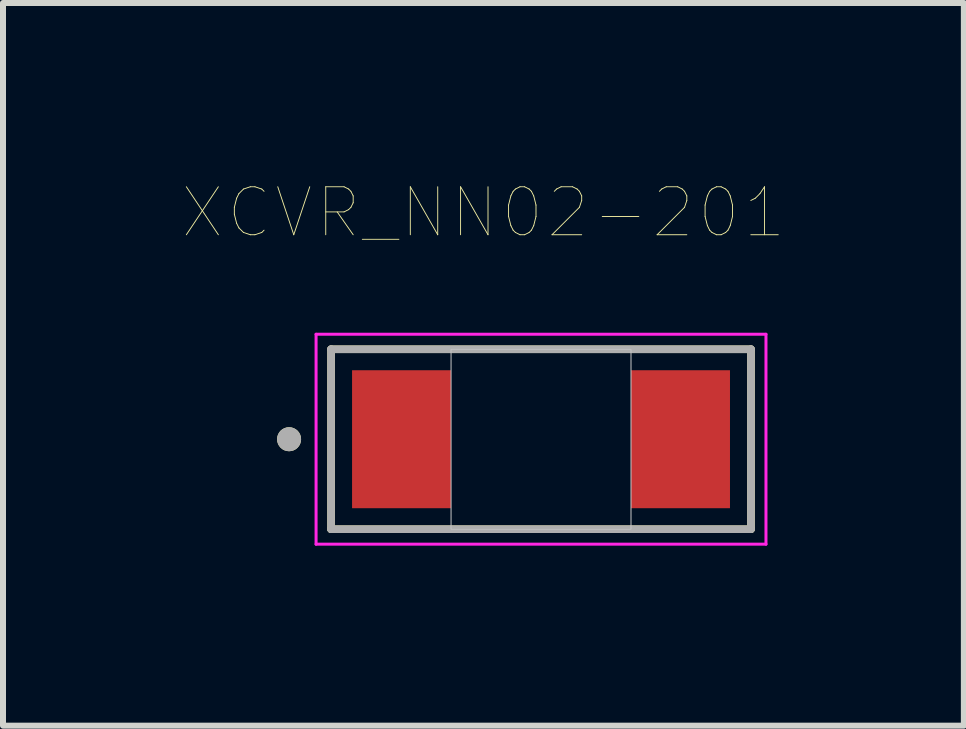
<source format=kicad_pcb>
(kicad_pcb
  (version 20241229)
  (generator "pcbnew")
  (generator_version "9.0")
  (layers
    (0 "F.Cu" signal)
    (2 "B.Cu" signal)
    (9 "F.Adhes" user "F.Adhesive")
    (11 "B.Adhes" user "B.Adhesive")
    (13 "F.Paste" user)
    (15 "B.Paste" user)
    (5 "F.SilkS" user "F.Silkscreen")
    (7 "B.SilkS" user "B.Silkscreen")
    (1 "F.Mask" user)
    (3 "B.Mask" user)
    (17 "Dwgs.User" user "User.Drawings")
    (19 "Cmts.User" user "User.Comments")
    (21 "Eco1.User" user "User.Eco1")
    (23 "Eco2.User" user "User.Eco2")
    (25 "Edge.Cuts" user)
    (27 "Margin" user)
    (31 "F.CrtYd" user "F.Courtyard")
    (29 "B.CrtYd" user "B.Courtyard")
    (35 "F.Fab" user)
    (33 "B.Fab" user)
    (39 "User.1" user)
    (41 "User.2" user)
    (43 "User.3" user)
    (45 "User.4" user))
  (footprint "XCVR_NN02-201"
    (layer "F.Cu")
    (at 5.969 4.272)
    (property "Reference" "XCVR_NN02-201" (at -0.96 -3.778 0) (layer "F.SilkS") (effects (font (size 0.8 0.8) (thickness 0.015))))
    (attr through_hole)
    (fp_line (start -3.5 -1.5) (end -3.5 1.5) (stroke (width 0.127) (type solid)) (layer "F.SilkS"))
    (fp_line (start -3.5 -1.5) (end 3.5 -1.5) (stroke (width 0.127) (type solid)) (layer "F.SilkS"))
    (fp_line (start 3.5 -1.5) (end 3.5 1.5) (stroke (width 0.127) (type solid)) (layer "F.SilkS"))
    (fp_line (start 3.5 1.5) (end -3.5 1.5) (stroke (width 0.127) (type solid)) (layer "F.SilkS"))
    (fp_circle (center -4.2 0) (end -4.1 0) (stroke (width 0.2) (type solid)) (fill no) (layer "F.SilkS"))
    (fp_poly (pts (xy 1.5 1.5) (xy -1.5 1.5) (xy -1.5 -1.5) (xy 1.5 -1.5)) (stroke (width 0.01) (type solid)) (fill no) (layer "Dwgs.User"))
    (fp_poly (pts (xy 1.5 1.5) (xy -1.5 1.5) (xy -1.5 -1.5) (xy 1.5 -1.5)) (stroke (width 0.01) (type solid)) (fill no) (layer "Dwgs.User"))
    (fp_line (start -3.75 -1.75) (end 3.75 -1.75) (stroke (width 0.05) (type solid)) (layer "F.CrtYd"))
    (fp_line (start -3.75 1.75) (end -3.75 -1.75) (stroke (width 0.05) (type solid)) (layer "F.CrtYd"))
    (fp_line (start 3.75 -1.75) (end 3.75 1.75) (stroke (width 0.05) (type solid)) (layer "F.CrtYd"))
    (fp_line (start 3.75 1.75) (end -3.75 1.75) (stroke (width 0.05) (type solid)) (layer "F.CrtYd"))
    (fp_line (start -3.5 -1.5) (end -3.5 1.5) (stroke (width 0.127) (type solid)) (layer "F.Fab"))
    (fp_line (start -3.5 1.5) (end 3.5 1.5) (stroke (width 0.127) (type solid)) (layer "F.Fab"))
    (fp_line (start 3.5 -1.5) (end -3.5 -1.5) (stroke (width 0.127) (type solid)) (layer "F.Fab"))
    (fp_line (start 3.5 1.5) (end 3.5 -1.5) (stroke (width 0.127) (type solid)) (layer "F.Fab"))
    (fp_circle (center -4.2 0) (end -4.1 0) (stroke (width 0.2) (type solid)) (fill no) (layer "F.Fab"))
    (pad "1" smd rect (at -2.325 0) (size 1.65 2.3) (layers "F.Cu" "F.Mask" "F.Paste"))
    (pad "2" smd rect (at 2.325 0) (size 1.65 2.3) (layers "F.Cu" "F.Mask" "F.Paste")))
  (gr_rect
    (start -3 -3)
    (end 13.018 9.047)
    (stroke (width 0.1) (type default))
    (fill no)
    (layer "Edge.Cuts")))
</source>
